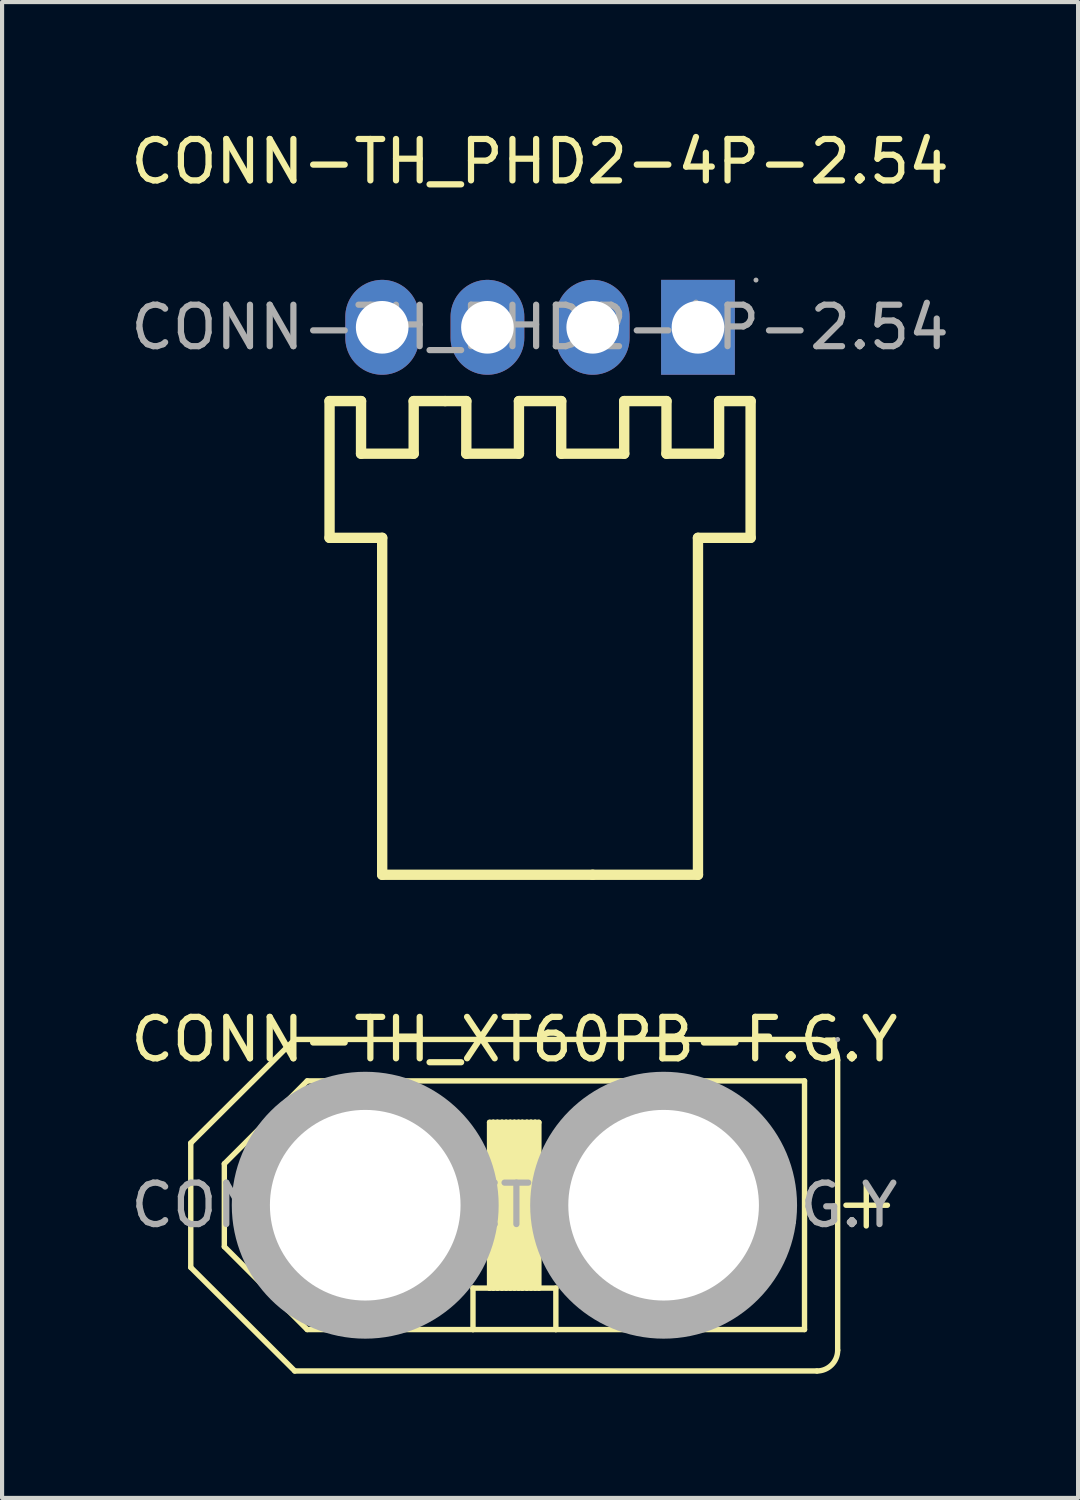
<source format=kicad_pcb>
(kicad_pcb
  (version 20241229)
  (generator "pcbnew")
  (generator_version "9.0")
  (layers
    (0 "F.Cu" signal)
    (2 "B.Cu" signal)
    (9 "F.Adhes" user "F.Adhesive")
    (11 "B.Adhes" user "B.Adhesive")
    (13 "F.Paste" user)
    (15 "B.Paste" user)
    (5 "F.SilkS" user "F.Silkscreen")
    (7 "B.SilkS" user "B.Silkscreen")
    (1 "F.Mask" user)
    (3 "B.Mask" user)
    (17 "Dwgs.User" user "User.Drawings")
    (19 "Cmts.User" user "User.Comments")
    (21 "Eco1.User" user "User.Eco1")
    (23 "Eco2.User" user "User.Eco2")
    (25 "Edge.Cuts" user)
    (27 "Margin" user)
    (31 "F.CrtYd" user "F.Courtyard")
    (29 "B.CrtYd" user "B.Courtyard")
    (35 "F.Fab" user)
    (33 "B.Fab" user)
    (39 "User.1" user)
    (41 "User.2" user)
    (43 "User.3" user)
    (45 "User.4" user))
  (footprint "CONN-TH_PHD2-4P-2.54"
    (layer "F.Cu")
    (at 9.982 4.848)
    (property "Reference" "CONN-TH_PHD2-4P-2.54" (at 0 -4 0) (layer "F.SilkS") (effects (font (size 1 1) (thickness 0.15))))
    (attr through_hole)
    (fp_line (start -5.08 1.78) (end -5.08 5.08) (stroke (width 0.25) (type solid)) (layer "F.SilkS"))
    (fp_line (start -5.08 5.08) (end -3.81 5.08) (stroke (width 0.25) (type solid)) (layer "F.SilkS"))
    (fp_line (start -4.32 1.78) (end -5.08 1.78) (stroke (width 0.25) (type solid)) (layer "F.SilkS"))
    (fp_line (start -4.32 3.05) (end -4.32 1.78) (stroke (width 0.25) (type solid)) (layer "F.SilkS"))
    (fp_line (start -3.81 5.08) (end -3.81 13.21) (stroke (width 0.25) (type solid)) (layer "F.SilkS"))
    (fp_line (start -3.81 13.21) (end 1.27 13.21) (stroke (width 0.25) (type solid)) (layer "F.SilkS"))
    (fp_line (start -3.05 1.78) (end -3.05 3.05) (stroke (width 0.25) (type solid)) (layer "F.SilkS"))
    (fp_line (start -3.05 3.05) (end -4.32 3.05) (stroke (width 0.25) (type solid)) (layer "F.SilkS"))
    (fp_line (start -2.29 1.78) (end -3.05 1.78) (stroke (width 0.25) (type solid)) (layer "F.SilkS"))
    (fp_line (start -2.29 1.78) (end -1.78 1.78) (stroke (width 0.25) (type solid)) (layer "F.SilkS"))
    (fp_line (start -1.78 1.78) (end -1.78 3.05) (stroke (width 0.25) (type solid)) (layer "F.SilkS"))
    (fp_line (start -1.78 3.05) (end -0.51 3.05) (stroke (width 0.25) (type solid)) (layer "F.SilkS"))
    (fp_line (start -0.51 1.78) (end 0.51 1.78) (stroke (width 0.25) (type solid)) (layer "F.SilkS"))
    (fp_line (start -0.51 3.05) (end -0.51 1.78) (stroke (width 0.25) (type solid)) (layer "F.SilkS"))
    (fp_line (start 0.51 1.78) (end 0.51 3.05) (stroke (width 0.25) (type solid)) (layer "F.SilkS"))
    (fp_line (start 0.51 3.05) (end 2.03 3.05) (stroke (width 0.25) (type solid)) (layer "F.SilkS"))
    (fp_line (start 1.27 13.21) (end 3.81 13.21) (stroke (width 0.25) (type solid)) (layer "F.SilkS"))
    (fp_line (start 2.03 1.78) (end 3.05 1.78) (stroke (width 0.25) (type solid)) (layer "F.SilkS"))
    (fp_line (start 2.03 3.05) (end 2.03 1.78) (stroke (width 0.25) (type solid)) (layer "F.SilkS"))
    (fp_line (start 3.05 1.78) (end 3.05 3.05) (stroke (width 0.25) (type solid)) (layer "F.SilkS"))
    (fp_line (start 3.05 3.05) (end 4.32 3.05) (stroke (width 0.25) (type solid)) (layer "F.SilkS"))
    (fp_line (start 3.81 5.08) (end 3.81 13.21) (stroke (width 0.25) (type solid)) (layer "F.SilkS"))
    (fp_line (start 4.32 1.78) (end 5.08 1.78) (stroke (width 0.25) (type solid)) (layer "F.SilkS"))
    (fp_line (start 4.32 3.05) (end 4.32 1.78) (stroke (width 0.25) (type solid)) (layer "F.SilkS"))
    (fp_line (start 5.08 1.78) (end 5.08 5.08) (stroke (width 0.25) (type solid)) (layer "F.SilkS"))
    (fp_line (start 5.08 5.08) (end 3.81 5.08) (stroke (width 0.25) (type solid)) (layer "F.SilkS"))
    (fp_circle (center -3.81 0) (end -3.54 0) (stroke (width 0.54) (type solid)) (fill no) (layer "F.Fab"))
    (fp_circle (center -1.27 0) (end -1 0) (stroke (width 0.54) (type solid)) (fill no) (layer "F.Fab"))
    (fp_circle (center 1.27 0) (end 1.54 0) (stroke (width 0.54) (type solid)) (fill no) (layer "F.Fab"))
    (fp_circle (center 3.81 0) (end 4.08 0) (stroke (width 0.54) (type solid)) (fill no) (layer "F.Fab"))
    (fp_circle (center 5.21 -1.14) (end 5.24 -1.14) (stroke (width 0.06) (type solid)) (fill no) (layer "F.Fab"))
    (fp_text user "${REFERENCE}" (at 0 0 0) (layer "F.Fab") (effects (font (size 1 1) (thickness 0.15))))
    (pad "1" thru_hole rect (at 3.81 0) (size 1.78 2.29) (drill 1.27) (layers "*.Cu" "*.Mask"))
    (pad "2" thru_hole oval (at 1.27 0) (size 1.78 2.29) (drill 1.27) (layers "*.Cu" "*.Mask"))
    (pad "3" thru_hole oval (at -1.27 0) (size 1.78 2.29) (drill 1.27) (layers "*.Cu" "*.Mask"))
    (pad "4" thru_hole oval (at -3.81 0) (size 1.78 2.29) (drill 1.27) (layers "*.Cu" "*.Mask")))
  (footprint "CONN-TH_XT60PB-F.G.Y"
    (layer "F.Cu")
    (at 9.363 26.032)
    (property "Reference" "CONN-TH_XT60PB-F.G.Y" (at 0 -4 0) (layer "F.SilkS") (effects (font (size 1 1) (thickness 0.15))))
    (attr through_hole)
    (fp_line (start -7.81 -1.5) (end -5.3 -4) (stroke (width 0.13) (type solid)) (layer "F.SilkS"))
    (fp_line (start -7.81 1.5) (end -7.81 -1.5) (stroke (width 0.13) (type solid)) (layer "F.SilkS"))
    (fp_line (start -7 -1) (end -7 1) (stroke (width 0.13) (type solid)) (layer "F.SilkS"))
    (fp_line (start -7 1) (end -5 3) (stroke (width 0.13) (type solid)) (layer "F.SilkS"))
    (fp_line (start -5.3 -4) (end 7.3 -4) (stroke (width 0.13) (type solid)) (layer "F.SilkS"))
    (fp_line (start -5.3 4) (end -7.81 1.5) (stroke (width 0.13) (type solid)) (layer "F.SilkS"))
    (fp_line (start -5 -3) (end -7 -1) (stroke (width 0.13) (type solid)) (layer "F.SilkS"))
    (fp_line (start -5 3) (end -1 3) (stroke (width 0.13) (type solid)) (layer "F.SilkS"))
    (fp_line (start -1 2) (end -0.6 2) (stroke (width 0.13) (type solid)) (layer "F.SilkS"))
    (fp_line (start -1 3) (end -1 2) (stroke (width 0.13) (type solid)) (layer "F.SilkS"))
    (fp_line (start -1 3) (end 1 3) (stroke (width 0.13) (type solid)) (layer "F.SilkS"))
    (fp_line (start -0.6 -2) (end -0.51 -2) (stroke (width 0.13) (type solid)) (layer "F.SilkS"))
    (fp_line (start -0.6 2) (end -0.6 -2) (stroke (width 0.13) (type solid)) (layer "F.SilkS"))
    (fp_line (start -0.6 2) (end -0.51 2) (stroke (width 0.13) (type solid)) (layer "F.SilkS"))
    (fp_line (start -0.51 -2) (end -0.41 -2) (stroke (width 0.13) (type solid)) (layer "F.SilkS"))
    (fp_line (start -0.51 2) (end -0.51 -2) (stroke (width 0.13) (type solid)) (layer "F.SilkS"))
    (fp_line (start -0.51 2) (end -0.41 2) (stroke (width 0.13) (type solid)) (layer "F.SilkS"))
    (fp_line (start -0.41 -2) (end -0.3 -2) (stroke (width 0.13) (type solid)) (layer "F.SilkS"))
    (fp_line (start -0.41 2) (end -0.41 -2) (stroke (width 0.13) (type solid)) (layer "F.SilkS"))
    (fp_line (start -0.41 2) (end -0.3 2) (stroke (width 0.13) (type solid)) (layer "F.SilkS"))
    (fp_line (start -0.3 -2) (end -0.2 -2) (stroke (width 0.13) (type solid)) (layer "F.SilkS"))
    (fp_line (start -0.3 2) (end -0.3 -2) (stroke (width 0.13) (type solid)) (layer "F.SilkS"))
    (fp_line (start -0.3 2) (end -0.2 2) (stroke (width 0.13) (type solid)) (layer "F.SilkS"))
    (fp_line (start -0.2 -2) (end -0.1 -2) (stroke (width 0.13) (type solid)) (layer "F.SilkS"))
    (fp_line (start -0.2 2) (end -0.2 -2) (stroke (width 0.13) (type solid)) (layer "F.SilkS"))
    (fp_line (start -0.2 2) (end -0.1 2) (stroke (width 0.13) (type solid)) (layer "F.SilkS"))
    (fp_line (start -0.1 -2) (end 0 -2) (stroke (width 0.13) (type solid)) (layer "F.SilkS"))
    (fp_line (start -0.1 2) (end -0.1 -2) (stroke (width 0.13) (type solid)) (layer "F.SilkS"))
    (fp_line (start -0.1 2) (end 0 2) (stroke (width 0.13) (type solid)) (layer "F.SilkS"))
    (fp_line (start 0 -2) (end 0.1 -2) (stroke (width 0.13) (type solid)) (layer "F.SilkS"))
    (fp_line (start 0 2) (end 0 -2) (stroke (width 0.13) (type solid)) (layer "F.SilkS"))
    (fp_line (start 0 2) (end 0.1 2) (stroke (width 0.13) (type solid)) (layer "F.SilkS"))
    (fp_line (start 0.1 -2) (end 0.19 -2) (stroke (width 0.13) (type solid)) (layer "F.SilkS"))
    (fp_line (start 0.1 2) (end 0.1 -2) (stroke (width 0.13) (type solid)) (layer "F.SilkS"))
    (fp_line (start 0.1 2) (end 0.19 2) (stroke (width 0.13) (type solid)) (layer "F.SilkS"))
    (fp_line (start 0.19 -2) (end 0.3 -2) (stroke (width 0.13) (type solid)) (layer "F.SilkS"))
    (fp_line (start 0.19 2) (end 0.19 -2) (stroke (width 0.13) (type solid)) (layer "F.SilkS"))
    (fp_line (start 0.19 2) (end 0.3 2) (stroke (width 0.13) (type solid)) (layer "F.SilkS"))
    (fp_line (start 0.3 -2) (end 0.4 -2) (stroke (width 0.13) (type solid)) (layer "F.SilkS"))
    (fp_line (start 0.3 2) (end 0.3 -2) (stroke (width 0.13) (type solid)) (layer "F.SilkS"))
    (fp_line (start 0.3 2) (end 0.4 2) (stroke (width 0.13) (type solid)) (layer "F.SilkS"))
    (fp_line (start 0.4 -2) (end 0.5 -2) (stroke (width 0.13) (type solid)) (layer "F.SilkS"))
    (fp_line (start 0.4 2) (end 0.4 -2) (stroke (width 0.13) (type solid)) (layer "F.SilkS"))
    (fp_line (start 0.4 2) (end 0.5 2) (stroke (width 0.13) (type solid)) (layer "F.SilkS"))
    (fp_line (start 0.5 -2) (end 0.59 -2) (stroke (width 0.13) (type solid)) (layer "F.SilkS"))
    (fp_line (start 0.5 2) (end 0.5 -2) (stroke (width 0.13) (type solid)) (layer "F.SilkS"))
    (fp_line (start 0.5 2) (end 0.59 2) (stroke (width 0.13) (type solid)) (layer "F.SilkS"))
    (fp_line (start 0.59 -2) (end 0.59 2) (stroke (width 0.13) (type solid)) (layer "F.SilkS"))
    (fp_line (start 0.59 2) (end 1 2) (stroke (width 0.13) (type solid)) (layer "F.SilkS"))
    (fp_line (start 1 2) (end 1 3) (stroke (width 0.13) (type solid)) (layer "F.SilkS"))
    (fp_line (start 1 3) (end 7 3) (stroke (width 0.13) (type solid)) (layer "F.SilkS"))
    (fp_line (start 7 -3) (end -5 -3) (stroke (width 0.13) (type solid)) (layer "F.SilkS"))
    (fp_line (start 7 3) (end 7 -3) (stroke (width 0.13) (type solid)) (layer "F.SilkS"))
    (fp_line (start 7.3 4) (end -5.3 4) (stroke (width 0.13) (type solid)) (layer "F.SilkS"))
    (fp_line (start 7.8 -3.5) (end 7.8 3.5) (stroke (width 0.13) (type solid)) (layer "F.SilkS"))
    (fp_line (start 8 0) (end 9 0) (stroke (width 0.13) (type solid)) (layer "F.SilkS"))
    (fp_line (start 8.49 -0.5) (end 8.49 0.5) (stroke (width 0.13) (type solid)) (layer "F.SilkS"))
    (fp_arc (start 7.3 -4) (mid 7.653553 -3.853553) (end 7.8 -3.5) (stroke (width 0.13) (type solid)) (layer "F.SilkS"))
    (fp_arc (start 7.8 3.5) (mid 7.653553 3.853553) (end 7.3 4) (stroke (width 0.13) (type solid)) (layer "F.SilkS"))
    (fp_circle (center -3.6 0) (end -2.53 0) (stroke (width 2.15) (type solid)) (fill no) (layer "F.Fab"))
    (fp_circle (center 3.6 0) (end 4.67 0) (stroke (width 2.15) (type solid)) (fill no) (layer "F.Fab"))
    (fp_circle (center 7.8 -4) (end 7.83 -4) (stroke (width 0.06) (type solid)) (fill no) (layer "F.Fab"))
    (fp_text user "${REFERENCE}" (at 0 0 0) (layer "F.Fab") (effects (font (size 1 1) (thickness 0.15))))
    (pad "1" thru_hole circle (at -3.6 0) (size 6 6) (drill 4.6) (layers "*.Cu" "*.Mask"))
    (pad "2" thru_hole circle (at 3.6 0) (size 6 6) (drill 4.6) (layers "*.Cu" "*.Mask")))
  (gr_rect
    (start -3 -3)
    (end 22.964 33.096)
    (stroke (width 0.1) (type default))
    (fill no)
    (layer "Edge.Cuts")))
</source>
